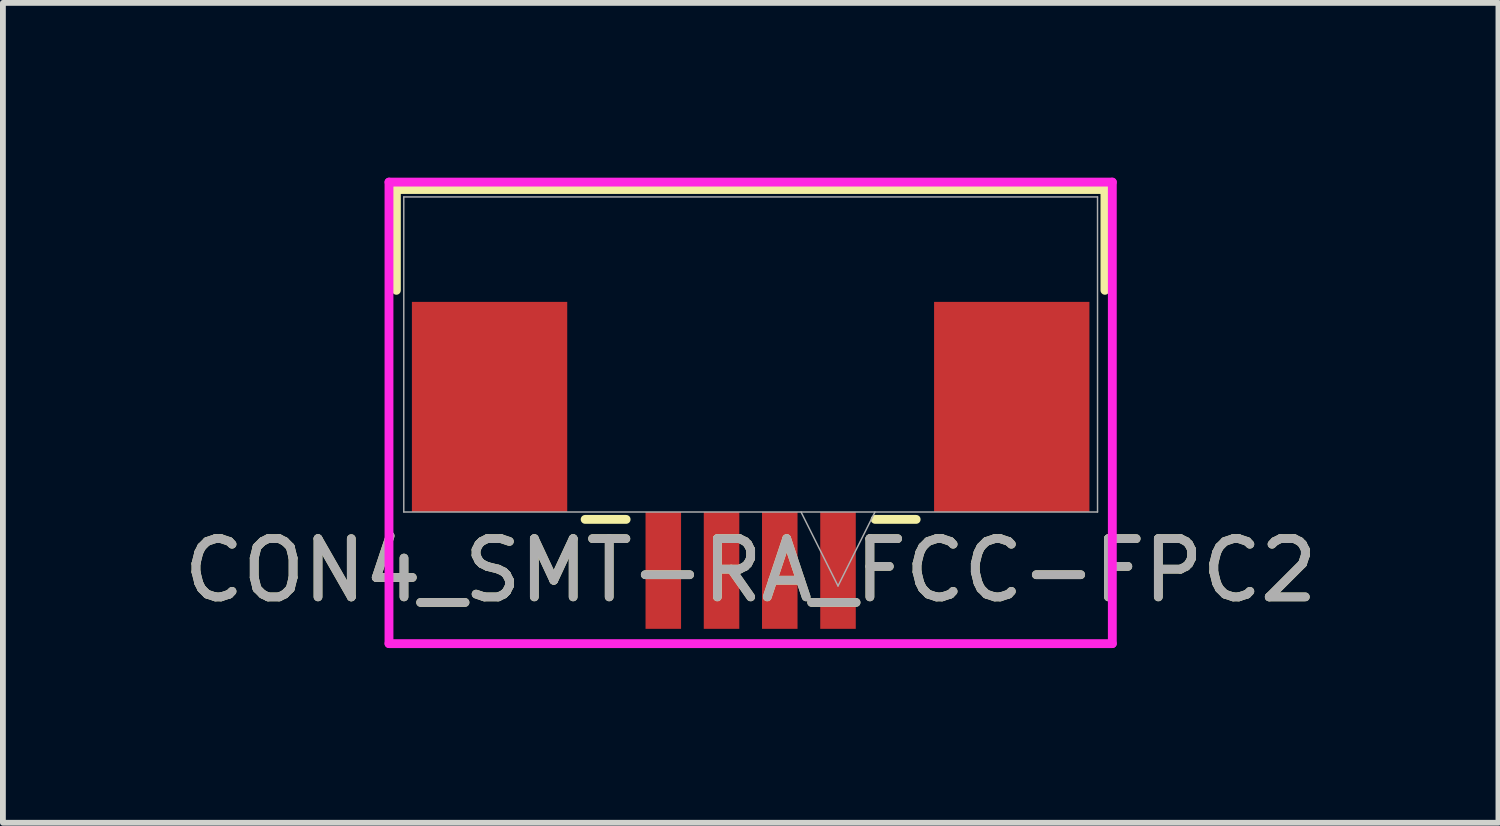
<source format=kicad_pcb>
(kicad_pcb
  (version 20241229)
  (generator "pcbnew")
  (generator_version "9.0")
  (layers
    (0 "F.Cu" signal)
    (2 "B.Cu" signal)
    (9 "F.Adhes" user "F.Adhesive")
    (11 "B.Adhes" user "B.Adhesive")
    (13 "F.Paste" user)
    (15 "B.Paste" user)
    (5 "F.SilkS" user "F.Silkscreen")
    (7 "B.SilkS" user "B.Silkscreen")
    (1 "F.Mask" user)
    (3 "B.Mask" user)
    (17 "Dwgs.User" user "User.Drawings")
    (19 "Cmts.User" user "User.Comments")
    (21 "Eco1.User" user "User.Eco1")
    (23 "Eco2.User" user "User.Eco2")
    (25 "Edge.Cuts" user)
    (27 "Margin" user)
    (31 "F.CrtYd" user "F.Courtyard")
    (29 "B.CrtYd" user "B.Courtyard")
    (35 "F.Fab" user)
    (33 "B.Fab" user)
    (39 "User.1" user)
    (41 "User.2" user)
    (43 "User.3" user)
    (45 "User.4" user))
  (footprint "CON4_SMT-RA_FCC-FPC2"
    (layer "F.Cu")
    (at 9.839 4.039)
    (property "Reference" "CON4_SMT-RA_FCC-FPC2" (at 0 2.705 0) (unlocked yes) (layer "F.SilkS") (effects (font (size 1 1) (thickness 0.15))))
    (attr smd)
    (fp_line (start -6.083 -3.835) (end -6.083 -2.104) (stroke (width 0.152) (type solid)) (layer "F.SilkS"))
    (fp_line (start -2.842 1.829) (end -2.138 1.829) (stroke (width 0.152) (type solid)) (layer "F.SilkS"))
    (fp_line (start 2.138 1.829) (end 2.842 1.829) (stroke (width 0.152) (type solid)) (layer "F.SilkS"))
    (fp_line (start 6.083 -3.835) (end -6.083 -3.835) (stroke (width 0.152) (type solid)) (layer "F.SilkS"))
    (fp_line (start 6.083 -2.104) (end 6.083 -3.835) (stroke (width 0.152) (type solid)) (layer "F.SilkS"))
    (fp_line (start -6.21 -3.962) (end -6.21 3.962) (stroke (width 0.152) (type solid)) (layer "F.CrtYd"))
    (fp_line (start -6.21 3.962) (end 6.21 3.962) (stroke (width 0.152) (type solid)) (layer "F.CrtYd"))
    (fp_line (start 6.21 -3.962) (end -6.21 -3.962) (stroke (width 0.152) (type solid)) (layer "F.CrtYd"))
    (fp_line (start 6.21 3.962) (end 6.21 -3.962) (stroke (width 0.152) (type solid)) (layer "F.CrtYd"))
    (fp_line (start -5.956 -3.708) (end -5.956 1.702) (stroke (width 0.025) (type solid)) (layer "F.Fab"))
    (fp_line (start -5.956 1.702) (end 5.956 1.702) (stroke (width 0.025) (type solid)) (layer "F.Fab"))
    (fp_line (start 0.865 1.702) (end 1.5 2.972) (stroke (width 0.025) (type solid)) (layer "F.Fab"))
    (fp_line (start 2.135 1.702) (end 1.5 2.972) (stroke (width 0.025) (type solid)) (layer "F.Fab"))
    (fp_line (start 5.956 -3.708) (end -5.956 -3.708) (stroke (width 0.025) (type solid)) (layer "F.Fab"))
    (fp_line (start 5.956 1.702) (end 5.956 -3.708) (stroke (width 0.025) (type solid)) (layer "F.Fab"))
    (fp_text user "${REFERENCE}" (at 0 2.705 0) (unlocked yes) (layer "F.Fab") (effects (font (size 1 1) (thickness 0.15))))
    (pad "1" smd rect (at 1.5 2.705) (size 0.61 2.007) (layers "F.Cu" "F.Mask" "F.Paste"))
    (pad "2" smd rect (at 0.5 2.705) (size 0.61 2.007) (layers "F.Cu" "F.Mask" "F.Paste"))
    (pad "3" smd rect (at -0.5 2.705) (size 0.61 2.007) (layers "F.Cu" "F.Mask" "F.Paste"))
    (pad "4" smd rect (at -1.5 2.705) (size 0.61 2.007) (layers "F.Cu" "F.Mask" "F.Paste"))
    (pad "5" smd rect (at -4.483 -0.102) (size 2.667 3.607) (layers "F.Cu" "F.Mask" "F.Paste"))
    (pad "6" smd rect (at 4.483 -0.102) (size 2.667 3.607) (layers "F.Cu" "F.Mask" "F.Paste")))
  (gr_rect
    (start -3 -3)
    (end 22.679 11.077)
    (stroke (width 0.1) (type default))
    (fill no)
    (layer "Edge.Cuts")))
</source>
